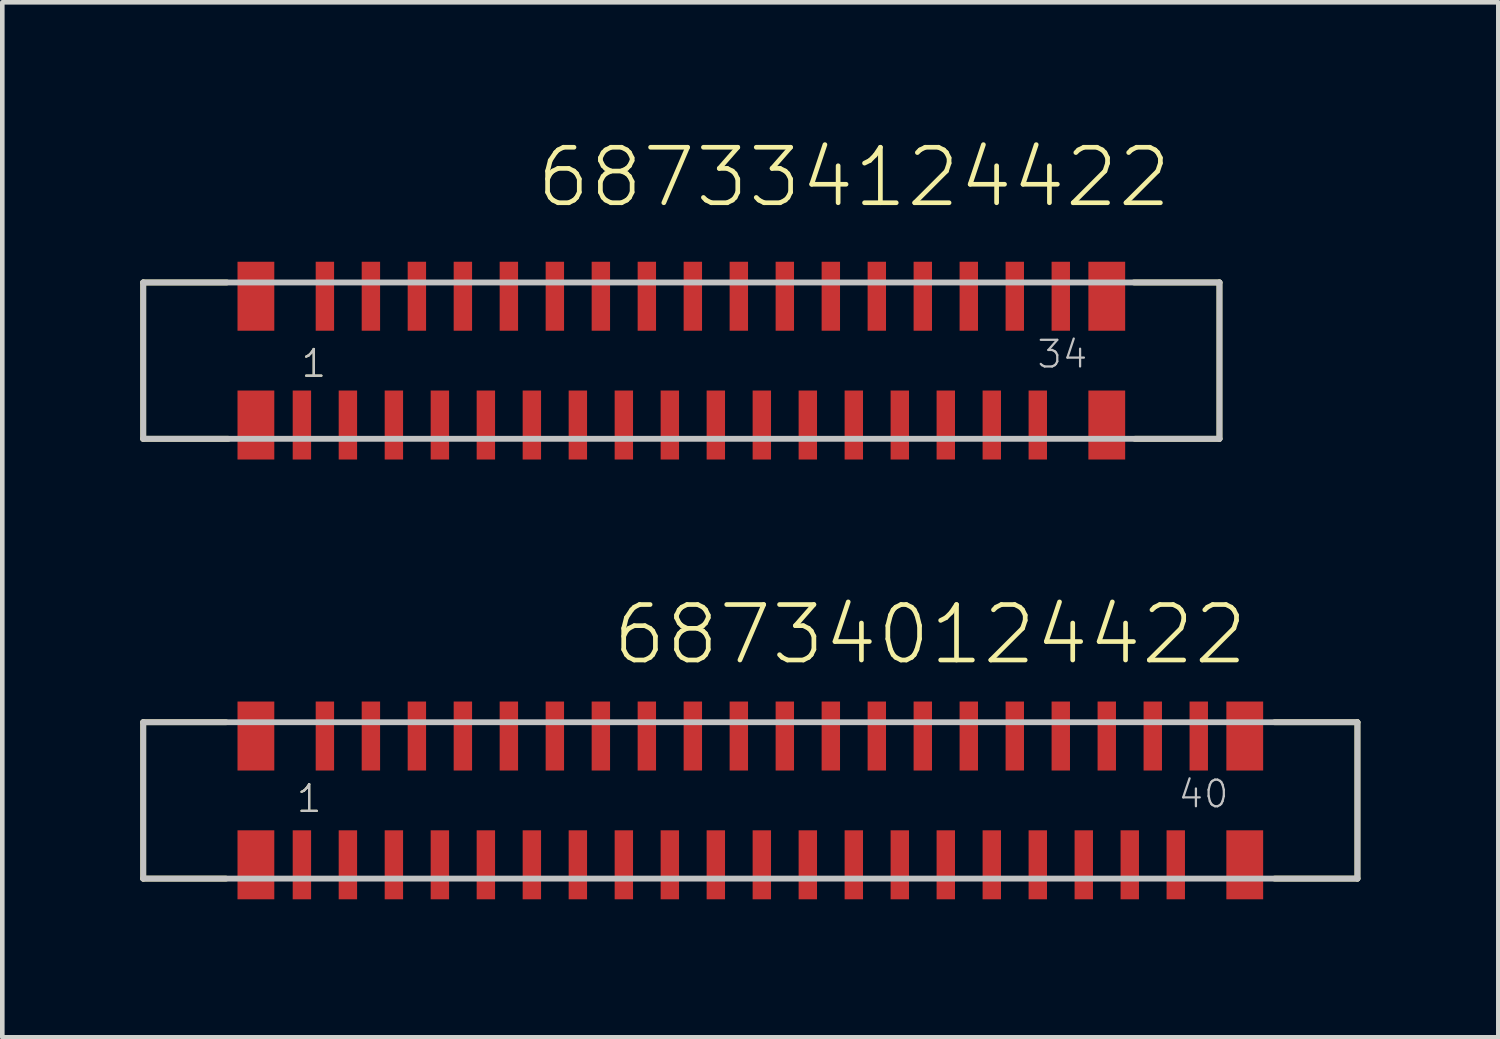
<source format=kicad_pcb>
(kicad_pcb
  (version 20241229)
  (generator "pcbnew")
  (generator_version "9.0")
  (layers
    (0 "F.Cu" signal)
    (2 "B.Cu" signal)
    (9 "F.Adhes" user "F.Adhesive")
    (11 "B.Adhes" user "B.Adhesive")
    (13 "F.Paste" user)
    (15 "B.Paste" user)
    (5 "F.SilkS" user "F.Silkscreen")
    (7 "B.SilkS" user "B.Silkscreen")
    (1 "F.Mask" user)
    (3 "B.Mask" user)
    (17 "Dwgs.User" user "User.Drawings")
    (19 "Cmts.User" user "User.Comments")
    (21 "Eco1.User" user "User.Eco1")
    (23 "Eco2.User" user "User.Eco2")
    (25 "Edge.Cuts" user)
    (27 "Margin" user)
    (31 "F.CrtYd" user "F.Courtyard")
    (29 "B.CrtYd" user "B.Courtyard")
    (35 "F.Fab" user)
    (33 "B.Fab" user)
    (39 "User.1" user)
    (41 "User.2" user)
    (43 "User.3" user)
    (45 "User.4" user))
  (footprint "687334124422"
    (layer "F.Cu")
    (at 11.764 4.791)
    (property "Reference" "687334124422" (at -3.205 -3.28 0) (layer "F.SilkS") (effects (font (size 1.206 1.206) (thickness 0.102)) (justify left bottom)))
    (attr through_hole)
    (fp_line (start -11.7 -1.7) (end -11.7 1.7) (stroke (width 0.127) (type solid)) (layer "F.SilkS"))
    (fp_line (start -11.7 1.7) (end -9.85 1.7) (stroke (width 0.127) (type solid)) (layer "F.SilkS"))
    (fp_line (start -9.88 -1.7) (end -11.7 -1.7) (stroke (width 0.127) (type solid)) (layer "F.SilkS"))
    (fp_line (start 9.84 -1.7) (end 11.7 -1.7) (stroke (width 0.127) (type solid)) (layer "F.SilkS"))
    (fp_line (start 11.7 -1.7) (end 11.7 1.7) (stroke (width 0.127) (type solid)) (layer "F.SilkS"))
    (fp_line (start 11.7 1.7) (end 9.86 1.7) (stroke (width 0.127) (type solid)) (layer "F.SilkS"))
    (fp_line (start -11.7 -1.7) (end -11.7 1.7) (stroke (width 0.127) (type solid)) (layer "Dwgs.User"))
    (fp_line (start -11.7 1.7) (end 11.7 1.7) (stroke (width 0.127) (type solid)) (layer "Dwgs.User"))
    (fp_line (start 11.7 -1.7) (end -11.7 -1.7) (stroke (width 0.127) (type solid)) (layer "Dwgs.User"))
    (fp_line (start 11.7 1.7) (end 11.7 -1.7) (stroke (width 0.127) (type solid)) (layer "Dwgs.User"))
    (fp_text user "1" (at -8.3 0.4 0) (layer "F.SilkS") (effects (font (size 0.579 0.579) (thickness 0.049)) (justify left bottom)))
    (fp_text user "34" (at 7.7 0.2 0) (layer "Dwgs.User") (effects (font (size 0.579 0.579) (thickness 0.049)) (justify left bottom)))
    (fp_text user "1" (at -8.3 0.4 0) (layer "Dwgs.User") (effects (font (size 0.579 0.579) (thickness 0.049)) (justify left bottom)))
    (pad "1" smd rect (at -8.25 1.4 180) (size 0.4 1.5) (layers "F.Cu" "F.Mask" "F.Paste"))
    (pad "2" smd rect (at -7.75 -1.4) (size 0.4 1.5) (layers "F.Cu" "F.Mask" "F.Paste"))
    (pad "3" smd rect (at -7.25 1.4 180) (size 0.4 1.5) (layers "F.Cu" "F.Mask" "F.Paste"))
    (pad "4" smd rect (at -6.75 -1.4 180) (size 0.4 1.5) (layers "F.Cu" "F.Mask" "F.Paste"))
    (pad "5" smd rect (at -6.25 1.4 180) (size 0.4 1.5) (layers "F.Cu" "F.Mask" "F.Paste"))
    (pad "6" smd rect (at -5.75 -1.4 180) (size 0.4 1.5) (layers "F.Cu" "F.Mask" "F.Paste"))
    (pad "7" smd rect (at -5.25 1.4 180) (size 0.4 1.5) (layers "F.Cu" "F.Mask" "F.Paste"))
    (pad "8" smd rect (at -4.75 -1.4 180) (size 0.4 1.5) (layers "F.Cu" "F.Mask" "F.Paste"))
    (pad "9" smd rect (at -4.25 1.4 180) (size 0.4 1.5) (layers "F.Cu" "F.Mask" "F.Paste"))
    (pad "10" smd rect (at -3.75 -1.4 180) (size 0.4 1.5) (layers "F.Cu" "F.Mask" "F.Paste"))
    (pad "11" smd rect (at -3.25 1.4 180) (size 0.4 1.5) (layers "F.Cu" "F.Mask" "F.Paste"))
    (pad "12" smd rect (at -2.75 -1.4 180) (size 0.4 1.5) (layers "F.Cu" "F.Mask" "F.Paste"))
    (pad "13" smd rect (at -2.25 1.4 180) (size 0.4 1.5) (layers "F.Cu" "F.Mask" "F.Paste"))
    (pad "14" smd rect (at -1.75 -1.4 180) (size 0.4 1.5) (layers "F.Cu" "F.Mask" "F.Paste"))
    (pad "15" smd rect (at -1.25 1.4 180) (size 0.4 1.5) (layers "F.Cu" "F.Mask" "F.Paste"))
    (pad "16" smd rect (at -0.75 -1.4 180) (size 0.4 1.5) (layers "F.Cu" "F.Mask" "F.Paste"))
    (pad "17" smd rect (at -0.25 1.4 180) (size 0.4 1.5) (layers "F.Cu" "F.Mask" "F.Paste"))
    (pad "18" smd rect (at 0.25 -1.4 180) (size 0.4 1.5) (layers "F.Cu" "F.Mask" "F.Paste"))
    (pad "19" smd rect (at 0.75 1.4 180) (size 0.4 1.5) (layers "F.Cu" "F.Mask" "F.Paste"))
    (pad "20" smd rect (at 1.25 -1.4 180) (size 0.4 1.5) (layers "F.Cu" "F.Mask" "F.Paste"))
    (pad "21" smd rect (at 1.75 1.4 180) (size 0.4 1.5) (layers "F.Cu" "F.Mask" "F.Paste"))
    (pad "22" smd rect (at 2.25 -1.4 180) (size 0.4 1.5) (layers "F.Cu" "F.Mask" "F.Paste"))
    (pad "23" smd rect (at 2.75 1.4 180) (size 0.4 1.5) (layers "F.Cu" "F.Mask" "F.Paste"))
    (pad "24" smd rect (at 3.25 -1.4 180) (size 0.4 1.5) (layers "F.Cu" "F.Mask" "F.Paste"))
    (pad "25" smd rect (at 3.75 1.4 180) (size 0.4 1.5) (layers "F.Cu" "F.Mask" "F.Paste"))
    (pad "26" smd rect (at 4.25 -1.4 180) (size 0.4 1.5) (layers "F.Cu" "F.Mask" "F.Paste"))
    (pad "27" smd rect (at 4.75 1.4 180) (size 0.4 1.5) (layers "F.Cu" "F.Mask" "F.Paste"))
    (pad "28" smd rect (at 5.25 -1.4 180) (size 0.4 1.5) (layers "F.Cu" "F.Mask" "F.Paste"))
    (pad "29" smd rect (at 5.75 1.4 180) (size 0.4 1.5) (layers "F.Cu" "F.Mask" "F.Paste"))
    (pad "30" smd rect (at 6.25 -1.4 180) (size 0.4 1.5) (layers "F.Cu" "F.Mask" "F.Paste"))
    (pad "31" smd rect (at 6.75 1.4 180) (size 0.4 1.5) (layers "F.Cu" "F.Mask" "F.Paste"))
    (pad "32" smd rect (at 7.25 -1.4 180) (size 0.4 1.5) (layers "F.Cu" "F.Mask" "F.Paste"))
    (pad "33" smd rect (at 7.75 1.4 180) (size 0.4 1.5) (layers "F.Cu" "F.Mask" "F.Paste"))
    (pad "34" smd rect (at 8.25 -1.4 180) (size 0.4 1.5) (layers "F.Cu" "F.Mask" "F.Paste"))
    (pad "Z1" smd rect (at -9.25 -1.4 180) (size 0.8 1.5) (layers "F.Cu" "F.Mask" "F.Paste"))
    (pad "Z2" smd rect (at -9.25 1.4 180) (size 0.8 1.5) (layers "F.Cu" "F.Mask" "F.Paste"))
    (pad "Z3" smd rect (at 9.25 1.4 180) (size 0.8 1.5) (layers "F.Cu" "F.Mask" "F.Paste"))
    (pad "Z4" smd rect (at 9.25 -1.4 180) (size 0.8 1.5) (layers "F.Cu" "F.Mask" "F.Paste")))
  (footprint "687340124422"
    (layer "F.Cu")
    (at 13.264 14.353)
    (property "Reference" "687340124422" (at -3.05 -2.9 0) (layer "F.SilkS") (effects (font (size 1.206 1.206) (thickness 0.102)) (justify left bottom)))
    (attr through_hole)
    (fp_line (start -13.2 -1.7) (end -13.2 1.7) (stroke (width 0.127) (type solid)) (layer "F.SilkS"))
    (fp_line (start -13.2 1.7) (end -11.4 1.7) (stroke (width 0.127) (type solid)) (layer "F.SilkS"))
    (fp_line (start -11.4 -1.7) (end -13.2 -1.7) (stroke (width 0.127) (type solid)) (layer "F.SilkS"))
    (fp_line (start 11.4 -1.7) (end 13.2 -1.7) (stroke (width 0.127) (type solid)) (layer "F.SilkS"))
    (fp_line (start 13.2 -1.7) (end 13.2 1.7) (stroke (width 0.127) (type solid)) (layer "F.SilkS"))
    (fp_line (start 13.2 1.7) (end 11.4 1.7) (stroke (width 0.127) (type solid)) (layer "F.SilkS"))
    (fp_line (start -13.2 -1.7) (end -13.2 1.7) (stroke (width 0.127) (type solid)) (layer "Dwgs.User"))
    (fp_line (start -13.2 1.7) (end 13.2 1.7) (stroke (width 0.127) (type solid)) (layer "Dwgs.User"))
    (fp_line (start 13.2 -1.7) (end -13.2 -1.7) (stroke (width 0.127) (type solid)) (layer "Dwgs.User"))
    (fp_line (start 13.2 1.7) (end 13.2 -1.7) (stroke (width 0.127) (type solid)) (layer "Dwgs.User"))
    (fp_text user "1" (at -9.9 0.3 0) (layer "F.SilkS") (effects (font (size 0.579 0.579) (thickness 0.049)) (justify left bottom)))
    (fp_text user "40" (at 9.27 0.2 0) (layer "Dwgs.User") (effects (font (size 0.579 0.579) (thickness 0.049)) (justify left bottom)))
    (fp_text user "1" (at -9.9 0.3 0) (layer "Dwgs.User") (effects (font (size 0.579 0.579) (thickness 0.049)) (justify left bottom)))
    (pad "1" smd rect (at -9.75 1.4 180) (size 0.4 1.5) (layers "F.Cu" "F.Mask" "F.Paste"))
    (pad "2" smd rect (at -9.25 -1.4) (size 0.4 1.5) (layers "F.Cu" "F.Mask" "F.Paste"))
    (pad "3" smd rect (at -8.75 1.4 180) (size 0.4 1.5) (layers "F.Cu" "F.Mask" "F.Paste"))
    (pad "4" smd rect (at -8.25 -1.4 180) (size 0.4 1.5) (layers "F.Cu" "F.Mask" "F.Paste"))
    (pad "5" smd rect (at -7.75 1.4 180) (size 0.4 1.5) (layers "F.Cu" "F.Mask" "F.Paste"))
    (pad "6" smd rect (at -7.25 -1.4 180) (size 0.4 1.5) (layers "F.Cu" "F.Mask" "F.Paste"))
    (pad "7" smd rect (at -6.75 1.4 180) (size 0.4 1.5) (layers "F.Cu" "F.Mask" "F.Paste"))
    (pad "8" smd rect (at -6.25 -1.4 180) (size 0.4 1.5) (layers "F.Cu" "F.Mask" "F.Paste"))
    (pad "9" smd rect (at -5.75 1.4 180) (size 0.4 1.5) (layers "F.Cu" "F.Mask" "F.Paste"))
    (pad "10" smd rect (at -5.25 -1.4 180) (size 0.4 1.5) (layers "F.Cu" "F.Mask" "F.Paste"))
    (pad "11" smd rect (at -4.75 1.4 180) (size 0.4 1.5) (layers "F.Cu" "F.Mask" "F.Paste"))
    (pad "12" smd rect (at -4.25 -1.4 180) (size 0.4 1.5) (layers "F.Cu" "F.Mask" "F.Paste"))
    (pad "13" smd rect (at -3.75 1.4 180) (size 0.4 1.5) (layers "F.Cu" "F.Mask" "F.Paste"))
    (pad "14" smd rect (at -3.25 -1.4 180) (size 0.4 1.5) (layers "F.Cu" "F.Mask" "F.Paste"))
    (pad "15" smd rect (at -2.75 1.4 180) (size 0.4 1.5) (layers "F.Cu" "F.Mask" "F.Paste"))
    (pad "16" smd rect (at -2.25 -1.4 180) (size 0.4 1.5) (layers "F.Cu" "F.Mask" "F.Paste"))
    (pad "17" smd rect (at -1.75 1.4 180) (size 0.4 1.5) (layers "F.Cu" "F.Mask" "F.Paste"))
    (pad "18" smd rect (at -1.25 -1.4 180) (size 0.4 1.5) (layers "F.Cu" "F.Mask" "F.Paste"))
    (pad "19" smd rect (at -0.75 1.4 180) (size 0.4 1.5) (layers "F.Cu" "F.Mask" "F.Paste"))
    (pad "20" smd rect (at -0.25 -1.4 180) (size 0.4 1.5) (layers "F.Cu" "F.Mask" "F.Paste"))
    (pad "21" smd rect (at 0.25 1.4 180) (size 0.4 1.5) (layers "F.Cu" "F.Mask" "F.Paste"))
    (pad "22" smd rect (at 0.75 -1.4 180) (size 0.4 1.5) (layers "F.Cu" "F.Mask" "F.Paste"))
    (pad "23" smd rect (at 1.25 1.4 180) (size 0.4 1.5) (layers "F.Cu" "F.Mask" "F.Paste"))
    (pad "24" smd rect (at 1.75 -1.4 180) (size 0.4 1.5) (layers "F.Cu" "F.Mask" "F.Paste"))
    (pad "25" smd rect (at 2.25 1.4 180) (size 0.4 1.5) (layers "F.Cu" "F.Mask" "F.Paste"))
    (pad "26" smd rect (at 2.75 -1.4 180) (size 0.4 1.5) (layers "F.Cu" "F.Mask" "F.Paste"))
    (pad "27" smd rect (at 3.25 1.4 180) (size 0.4 1.5) (layers "F.Cu" "F.Mask" "F.Paste"))
    (pad "28" smd rect (at 3.75 -1.4 180) (size 0.4 1.5) (layers "F.Cu" "F.Mask" "F.Paste"))
    (pad "29" smd rect (at 4.25 1.4 180) (size 0.4 1.5) (layers "F.Cu" "F.Mask" "F.Paste"))
    (pad "30" smd rect (at 4.75 -1.4 180) (size 0.4 1.5) (layers "F.Cu" "F.Mask" "F.Paste"))
    (pad "31" smd rect (at 5.25 1.4 180) (size 0.4 1.5) (layers "F.Cu" "F.Mask" "F.Paste"))
    (pad "32" smd rect (at 5.75 -1.4 180) (size 0.4 1.5) (layers "F.Cu" "F.Mask" "F.Paste"))
    (pad "33" smd rect (at 6.25 1.4 180) (size 0.4 1.5) (layers "F.Cu" "F.Mask" "F.Paste"))
    (pad "34" smd rect (at 6.75 -1.4 180) (size 0.4 1.5) (layers "F.Cu" "F.Mask" "F.Paste"))
    (pad "35" smd rect (at 7.25 1.4 180) (size 0.4 1.5) (layers "F.Cu" "F.Mask" "F.Paste"))
    (pad "36" smd rect (at 7.75 -1.4 180) (size 0.4 1.5) (layers "F.Cu" "F.Mask" "F.Paste"))
    (pad "37" smd rect (at 8.25 1.4 180) (size 0.4 1.5) (layers "F.Cu" "F.Mask" "F.Paste"))
    (pad "38" smd rect (at 8.75 -1.4 180) (size 0.4 1.5) (layers "F.Cu" "F.Mask" "F.Paste"))
    (pad "39" smd rect (at 9.25 1.4 180) (size 0.4 1.5) (layers "F.Cu" "F.Mask" "F.Paste"))
    (pad "40" smd rect (at 9.75 -1.4 180) (size 0.4 1.5) (layers "F.Cu" "F.Mask" "F.Paste"))
    (pad "Z1" smd rect (at -10.75 -1.4 180) (size 0.8 1.5) (layers "F.Cu" "F.Mask" "F.Paste"))
    (pad "Z2" smd rect (at -10.75 1.4 180) (size 0.8 1.5) (layers "F.Cu" "F.Mask" "F.Paste"))
    (pad "Z3" smd rect (at 10.75 1.4 180) (size 0.8 1.5) (layers "F.Cu" "F.Mask" "F.Paste"))
    (pad "Z4" smd rect (at 10.75 -1.4 180) (size 0.8 1.5) (layers "F.Cu" "F.Mask" "F.Paste")))
  (gr_rect
    (start -3 -3)
    (end 29.527 19.503)
    (stroke (width 0.1) (type default))
    (fill no)
    (layer "Edge.Cuts")))
</source>
